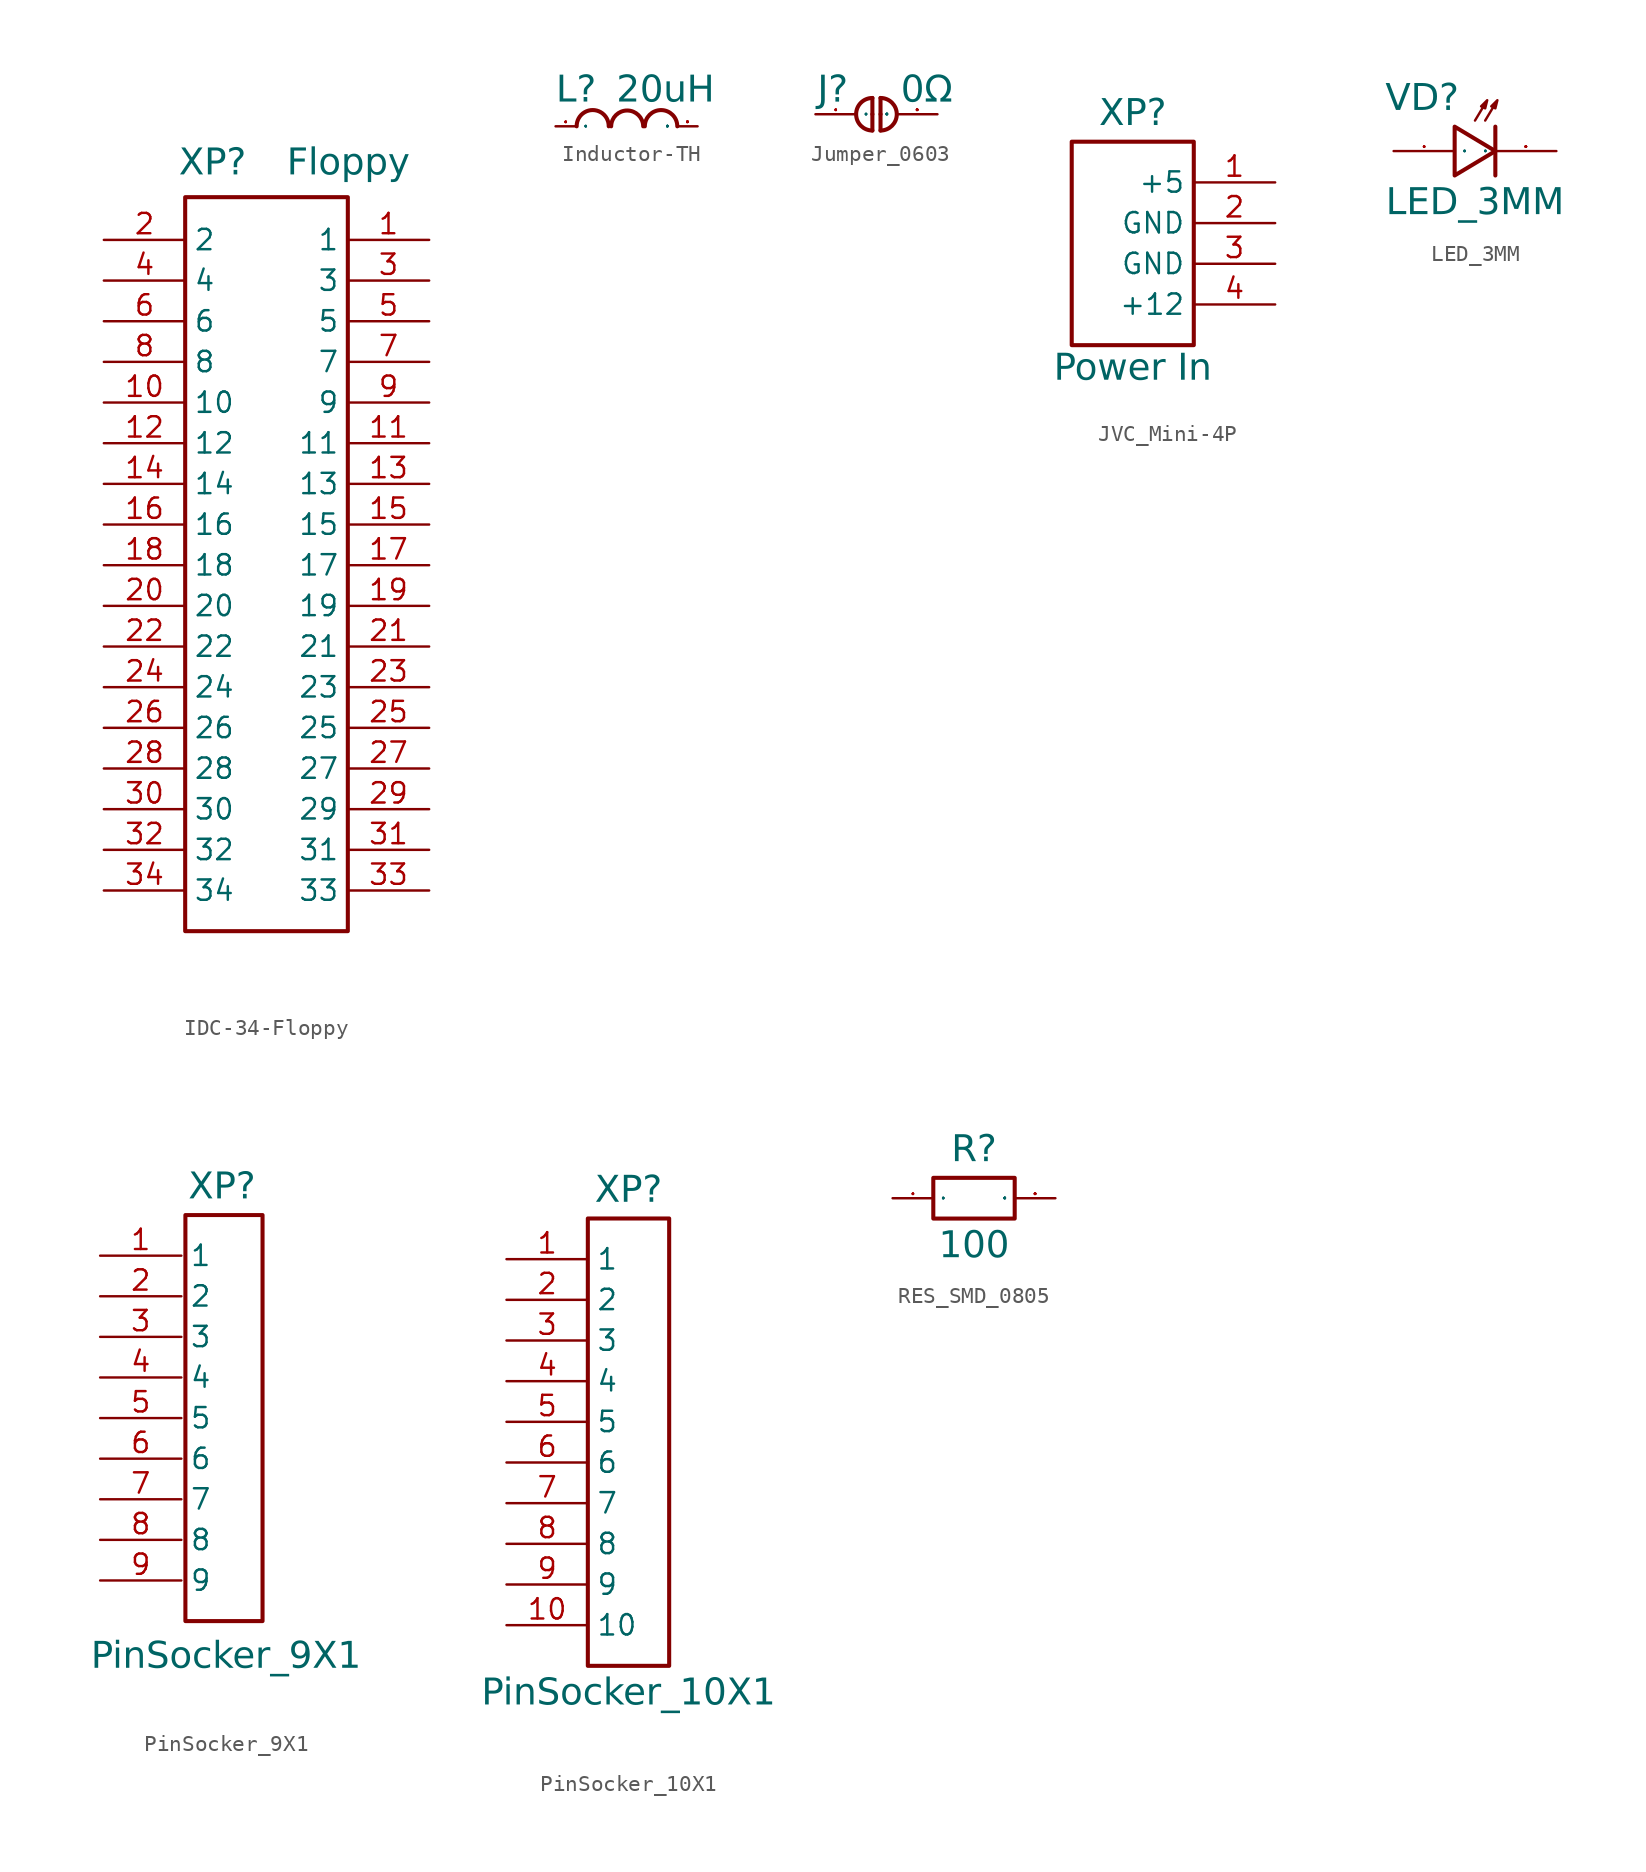
<source format=kicad_sym>
(kicad_symbol_lib
  (version 20241209)
  (generator "kicad_symbol_editor")
  (generator_version "9.0")
  (symbol "IDC-34-Floppy"
    (property "Reference" "XP"
      (at -1.27 24.13 0)
      (do_not_autoplace)
      (effects (font (face "Input Sans Condensed") (size 1.651 1.651)) (justify right bottom)))
    (property "Value" "Floppy"
      (at 1.27 24.13 0)
      (do_not_autoplace)
      (effects (font (face "Input Sans Condensed") (size 1.651 1.651)) (justify left bottom)))
    (symbol "IDC-34-Floppy_0_0"
      (rectangle (start -5.08 22.987) (end 5.08 -22.86) (stroke (width 0.254) (type solid)) (fill (type none)))
      (pin passive line (at -10.16 20.32 0) (length 5.08) (name "2" (effects (font (size 1.27 1.27)))) (number "2" (effects (font (size 1.27 1.27)))))
      (pin passive line (at -10.16 17.78 0) (length 5.08) (name "4" (effects (font (size 1.27 1.27)))) (number "4" (effects (font (size 1.27 1.27)))))
      (pin passive line (at -10.16 15.24 0) (length 5.08) (name "6" (effects (font (size 1.27 1.27)))) (number "6" (effects (font (size 1.27 1.27)))))
      (pin passive line (at -10.16 12.7 0) (length 5.08) (name "8" (effects (font (size 1.27 1.27)))) (number "8" (effects (font (size 1.27 1.27)))))
      (pin passive line (at -10.16 10.16 0) (length 5.08) (name "10" (effects (font (size 1.27 1.27)))) (number "10" (effects (font (size 1.27 1.27)))))
      (pin passive line (at -10.16 7.62 0) (length 5.08) (name "12" (effects (font (size 1.27 1.27)))) (number "12" (effects (font (size 1.27 1.27)))))
      (pin passive line (at -10.16 5.08 0) (length 5.08) (name "14" (effects (font (size 1.27 1.27)))) (number "14" (effects (font (size 1.27 1.27)))))
      (pin passive line (at -10.16 2.54 0) (length 5.08) (name "16" (effects (font (size 1.27 1.27)))) (number "16" (effects (font (size 1.27 1.27)))))
      (pin passive line (at -10.16 0 0) (length 5.08) (name "18" (effects (font (size 1.27 1.27)))) (number "18" (effects (font (size 1.27 1.27)))))
      (pin passive line (at -10.16 -2.54 0) (length 5.08) (name "20" (effects (font (size 1.27 1.27)))) (number "20" (effects (font (size 1.27 1.27)))))
      (pin passive line (at -10.16 -5.08 0) (length 5.08) (name "22" (effects (font (size 1.27 1.27)))) (number "22" (effects (font (size 1.27 1.27)))))
      (pin passive line (at -10.16 -7.62 0) (length 5.08) (name "24" (effects (font (size 1.27 1.27)))) (number "24" (effects (font (size 1.27 1.27)))))
      (pin passive line (at -10.16 -10.16 0) (length 5.08) (name "26" (effects (font (size 1.27 1.27)))) (number "26" (effects (font (size 1.27 1.27)))))
      (pin passive line (at -10.16 -12.7 0) (length 5.08) (name "28" (effects (font (size 1.27 1.27)))) (number "28" (effects (font (size 1.27 1.27)))))
      (pin passive line (at -10.16 -15.24 0) (length 5.08) (name "30" (effects (font (size 1.27 1.27)))) (number "30" (effects (font (size 1.27 1.27)))))
      (pin passive line (at -10.16 -17.78 0) (length 5.08) (name "32" (effects (font (size 1.27 1.27)))) (number "32" (effects (font (size 1.27 1.27)))))
      (pin passive line (at -10.16 -20.32 0) (length 5.08) (name "34" (effects (font (size 1.27 1.27)))) (number "34" (effects (font (size 1.27 1.27)))))
      (pin passive line (at 10.16 20.32 180) (length 5.08) (name "1" (effects (font (size 1.27 1.27)))) (number "1" (effects (font (size 1.27 1.27)))))
      (pin passive line (at 10.16 17.78 180) (length 5.08) (name "3" (effects (font (size 1.27 1.27)))) (number "3" (effects (font (size 1.27 1.27)))))
      (pin passive line (at 10.16 15.24 180) (length 5.08) (name "5" (effects (font (size 1.27 1.27)))) (number "5" (effects (font (size 1.27 1.27)))))
      (pin passive line (at 10.16 12.7 180) (length 5.08) (name "7" (effects (font (size 1.27 1.27)))) (number "7" (effects (font (size 1.27 1.27)))))
      (pin passive line (at 10.16 10.16 180) (length 5.08) (name "9" (effects (font (size 1.27 1.27)))) (number "9" (effects (font (size 1.27 1.27)))))
      (pin passive line (at 10.16 7.62 180) (length 5.08) (name "11" (effects (font (size 1.27 1.27)))) (number "11" (effects (font (size 1.27 1.27)))))
      (pin passive line (at 10.16 5.08 180) (length 5.08) (name "13" (effects (font (size 1.27 1.27)))) (number "13" (effects (font (size 1.27 1.27)))))
      (pin passive line (at 10.16 2.54 180) (length 5.08) (name "15" (effects (font (size 1.27 1.27)))) (number "15" (effects (font (size 1.27 1.27)))))
      (pin passive line (at 10.16 0 180) (length 5.08) (name "17" (effects (font (size 1.27 1.27)))) (number "17" (effects (font (size 1.27 1.27)))))
      (pin passive line (at 10.16 -2.54 180) (length 5.08) (name "19" (effects (font (size 1.27 1.27)))) (number "19" (effects (font (size 1.27 1.27)))))
      (pin passive line (at 10.16 -5.08 180) (length 5.08) (name "21" (effects (font (size 1.27 1.27)))) (number "21" (effects (font (size 1.27 1.27)))))
      (pin passive line (at 10.16 -7.62 180) (length 5.08) (name "23" (effects (font (size 1.27 1.27)))) (number "23" (effects (font (size 1.27 1.27)))))
      (pin passive line (at 10.16 -10.16 180) (length 5.08) (name "25" (effects (font (size 1.27 1.27)))) (number "25" (effects (font (size 1.27 1.27)))))
      (pin passive line (at 10.16 -12.7 180) (length 5.08) (name "27" (effects (font (size 1.27 1.27)))) (number "27" (effects (font (size 1.27 1.27)))))
      (pin passive line (at 10.16 -15.24 180) (length 5.08) (name "29" (effects (font (size 1.27 1.27)))) (number "29" (effects (font (size 1.27 1.27)))))
      (pin passive line (at 10.16 -17.78 180) (length 5.08) (name "31" (effects (font (size 1.27 1.27)))) (number "31" (effects (font (size 1.27 1.27)))))
      (pin passive line (at 10.16 -20.32 180) (length 5.08) (name "33" (effects (font (size 1.27 1.27)))) (number "33" (effects (font (size 1.27 1.27)))))))
  (symbol "Inductor-TH"
    (property "Reference" "L"
      (at 2.54 1.27 0)
      (do_not_autoplace)
      (effects (font (face "Input Sans Condensed") (size 1.651 1.651)) (justify right bottom)))
    (property "Value" "20uH"
      (at 3.81 1.27 0)
      (do_not_autoplace)
      (effects (font (face "Input Sans Condensed") (size 1.651 1.651)) (justify left bottom)))
    (symbol "Inductor-TH_0_0"
      (arc (start 1.3208 0) (mid 2.3368 1.016) (end 3.3274 0) (stroke (width 0.254) (type solid)) (fill (type none)))
      (arc (start 3.4798 0) (mid 4.4704 0.9906) (end 5.4864 0) (stroke (width 0.254) (type solid)) (fill (type none)))
      (arc (start 5.588 0) (mid 6.604 1.016) (end 7.62 0) (stroke (width 0.254) (type solid)) (fill (type none))))
    (symbol "Inductor-TH_1_0"
      (pin passive line (at 0 0 0) (length 1.27) (name "1" (effects (font (size 0.025 0.025)))) (number "1" (effects (font (size 0.025 0.025)))))
      (pin passive line (at 8.89 0 180) (length 1.27) (name "2" (effects (font (size 0.025 0.025)))) (number "2" (effects (font (size 0.025 0.025)))))))
  (symbol "Jumper_0603"
    (property "Reference" "J"
      (at 2.032 0.508 0)
      (do_not_autoplace)
      (effects (font (face "Input Sans Condensed") (size 1.651 1.651)) (justify right bottom)))
    (property "Value" "0Ω"
      (at 5.334 0.508 0)
      (do_not_autoplace)
      (effects (font (face "Input Sans Condensed") (size 1.651 1.651)) (justify left bottom)))
    (symbol "Jumper_0603_0_0"
      (polyline (pts (xy 3.556 1.016) (xy 3.556 0)) (stroke (width 0.254) (type solid)) (fill (type none)))
      (polyline (pts (xy 3.556 0) (xy 3.556 -1.016)) (stroke (width 0.254) (type solid)) (fill (type none)))
      (arc (start 3.556 -1.016) (mid 2.54 0) (end 3.556 1.016) (stroke (width 0.254) (type solid)) (fill (type none)))
      (polyline (pts (xy 4.064 0) (xy 4.064 1.016)) (stroke (width 0.254) (type solid)) (fill (type none)))
      (arc (start 4.064 1.016) (mid 5.08 0) (end 4.064 -1.016) (stroke (width 0.254) (type solid)) (fill (type none)))
      (polyline (pts (xy 4.064 -1.016) (xy 4.064 0)) (stroke (width 0.254) (type solid)) (fill (type none))))
    (symbol "Jumper_0603_1_0"
      (pin passive line (at 0 0 0) (length 2.54) (name "1" (effects (font (size 0.025 0.025)))) (number "1" (effects (font (size 0.025 0.025)))))
      (pin passive line (at 7.62 0 180) (length 2.54) (name "2" (effects (font (size 0.025 0.025)))) (number "2" (effects (font (size 0.025 0.025)))))))
  (symbol "JVC_Mini-4P"
    (property "Reference" "XP"
      (at -8.89 3.302 0)
      (do_not_autoplace)
      (effects (font (face "Input Sans Condensed") (size 1.651 1.651)) (justify bottom)))
    (property "Value" "Power In"
      (at -8.89 -10.668 0)
      (do_not_autoplace)
      (effects (font (face "Input Sans Condensed") (size 1.651 1.651)) (justify top)))
    (symbol "JVC_Mini-4P_0_0"
      (rectangle (start -12.7 2.54) (end -5.08 -10.16) (stroke (width 0.254) (type solid)) (fill (type none))))
    (symbol "JVC_Mini-4P_1_0"
      (pin power_out line (at 0 -5.08 180) (length 5.08) (name "GND" (effects (font (size 1.27 1.27)))) (number "3" (effects (font (size 1.27 1.27)))))
      (pin power_out line (at 0 -7.62 180) (length 5.08) (name "+12" (effects (font (size 1.27 1.27)))) (number "4" (effects (font (size 1.27 1.27))))))
    (symbol "JVC_Mini-4P_1_1"
      (pin power_out line (at 0 0 180) (length 5.08) (name "+5" (effects (font (size 1.27 1.27)))) (number "1" (effects (font (size 1.27 1.27)))))
      (pin power_in line (at 0 -2.54 180) (length 5.08) (name "GND" (effects (font (size 1.27 1.27)))) (number "2" (effects (font (size 1.27 1.27)))))))
  (symbol "LED_3MM"
    (property "Reference" "VD"
      (at -3.302 2.286 0)
      (do_not_autoplace)
      (effects (font (face "Input Sans Condensed") (size 1.651 1.651)) (justify bottom)))
    (property "Value" "LED_3MM"
      (at 0 -2.286 0)
      (do_not_autoplace)
      (effects (font (face "Input Sans Condensed") (size 1.651 1.651)) (justify top)))
    (symbol "LED_3MM_0_0"
      (polyline (pts (xy -1.27 -1.524) (xy 1.27 0) (xy -1.27 1.524) (xy -1.27 -1.524)) (stroke (width 0.254) (type solid)) (fill (type none)))
      (polyline (pts (xy 1.27 1.524) (xy 1.27 -1.524)) (stroke (width 0.254) (type solid)) (fill (type none))))
    (symbol "LED_3MM_0_1"
      (polyline (pts (xy 0 1.905) (xy 0.762 3.175) (xy 0.381 2.794) (xy 0.635 2.667) (xy 0.762 3.175)) (stroke (width 0) (type default)) (fill (type none))))
    (symbol "LED_3MM_1_0"
      (pin passive line (at -5.08 0 0) (length 3.81) (name "A" (effects (font (size 0.025 0.025)))) (number "1" (effects (font (size 0.025 0.025)))))
      (pin passive line (at 5.08 0 180) (length 3.81) (name "K" (effects (font (size 0.025 0.025)))) (number "2" (effects (font (size 0.025 0.025))))))
    (symbol "LED_3MM_1_1"
      (polyline (pts (xy 0.635 1.905) (xy 1.397 3.175) (xy 1.016 2.794) (xy 1.27 2.667) (xy 1.397 3.175)) (stroke (width 0) (type solid)) (fill (type none)))))
  (symbol "PinSocker_9X1"
    (property "Reference" "XP"
      (at 7.62 3.302 0)
      (do_not_autoplace)
      (effects (font (face "Input Sans Condensed") (size 1.651 1.651)) (justify bottom)))
    (property "Value" "PinSocker_9X1"
      (at 7.874 -24.13 0)
      (do_not_autoplace)
      (effects (font (face "Input Sans Condensed") (size 1.651 1.651)) (justify top)))
    (symbol "PinSocker_9X1_0_0"
      (rectangle (start 5.334 2.54) (end 10.16 -22.86) (stroke (width 0.254) (type solid)) (fill (type none))))
    (symbol "PinSocker_9X1_1_0"
      (pin passive line (at 0 0 0) (length 5.08) (name "1" (effects (font (size 1.27 1.27)))) (number "1" (effects (font (size 1.27 1.27)))))
      (pin passive line (at 0 -2.54 0) (length 5.08) (name "2" (effects (font (size 1.27 1.27)))) (number "2" (effects (font (size 1.27 1.27)))))
      (pin passive line (at 0 -5.08 0) (length 5.08) (name "3" (effects (font (size 1.27 1.27)))) (number "3" (effects (font (size 1.27 1.27)))))
      (pin passive line (at 0 -7.62 0) (length 5.08) (name "4" (effects (font (size 1.27 1.27)))) (number "4" (effects (font (size 1.27 1.27)))))
      (pin passive line (at 0 -10.16 0) (length 5.08) (name "5" (effects (font (size 1.27 1.27)))) (number "5" (effects (font (size 1.27 1.27)))))
      (pin passive line (at 0 -12.7 0) (length 5.08) (name "6" (effects (font (size 1.27 1.27)))) (number "6" (effects (font (size 1.27 1.27)))))
      (pin passive line (at 0 -15.24 0) (length 5.08) (name "7" (effects (font (size 1.27 1.27)))) (number "7" (effects (font (size 1.27 1.27)))))
      (pin passive line (at 0 -17.78 0) (length 5.08) (name "8" (effects (font (size 1.27 1.27)))) (number "8" (effects (font (size 1.27 1.27)))))
      (pin passive line (at 0 -20.32 0) (length 5.08) (name "9" (effects (font (size 1.27 1.27)))) (number "9" (effects (font (size 1.27 1.27)))))))
  (symbol "PinSocker_10X1"
    (property "Reference" "XP"
      (at 7.62 3.302 0)
      (do_not_autoplace)
      (effects (font (face "Input Sans Condensed") (size 1.651 1.651)) (justify bottom)))
    (property "Value" "PinSocker_10X1"
      (at 7.62 -26.162 0)
      (do_not_autoplace)
      (effects (font (face "Input Sans Condensed") (size 1.651 1.651)) (justify top)))
    (symbol "PinSocker_10X1_0_0"
      (rectangle (start 5.08 2.54) (end 10.16 -25.4) (stroke (width 0.254) (type solid)) (fill (type none))))
    (symbol "PinSocker_10X1_1_0"
      (pin passive line (at 0 0 0) (length 5.08) (name "1" (effects (font (size 1.27 1.27)))) (number "1" (effects (font (size 1.27 1.27)))))
      (pin passive line (at 0 -2.54 0) (length 5.08) (name "2" (effects (font (size 1.27 1.27)))) (number "2" (effects (font (size 1.27 1.27)))))
      (pin passive line (at 0 -5.08 0) (length 5.08) (name "3" (effects (font (size 1.27 1.27)))) (number "3" (effects (font (size 1.27 1.27)))))
      (pin passive line (at 0 -7.62 0) (length 5.08) (name "4" (effects (font (size 1.27 1.27)))) (number "4" (effects (font (size 1.27 1.27)))))
      (pin passive line (at 0 -10.16 0) (length 5.08) (name "5" (effects (font (size 1.27 1.27)))) (number "5" (effects (font (size 1.27 1.27)))))
      (pin passive line (at 0 -12.7 0) (length 5.08) (name "6" (effects (font (size 1.27 1.27)))) (number "6" (effects (font (size 1.27 1.27)))))
      (pin passive line (at 0 -15.24 0) (length 5.08) (name "7" (effects (font (size 1.27 1.27)))) (number "7" (effects (font (size 1.27 1.27)))))
      (pin passive line (at 0 -17.78 0) (length 5.08) (name "8" (effects (font (size 1.27 1.27)))) (number "8" (effects (font (size 1.27 1.27)))))
      (pin passive line (at 0 -20.32 0) (length 5.08) (name "9" (effects (font (size 1.27 1.27)))) (number "9" (effects (font (size 1.27 1.27)))))
      (pin passive line (at 0 -22.86 0) (length 5.08) (name "10" (effects (font (size 1.27 1.27)))) (number "10" (effects (font (size 1.27 1.27)))))))
  (symbol "RES_SMD_0805"
    (property "Reference" "R"
      (at 0 2.032 0)
      (do_not_autoplace)
      (effects (font (face "Input Sans Condensed") (size 1.651 1.651)) (justify bottom)))
    (property "Value" "100"
      (at 0 -2.032 0)
      (do_not_autoplace)
      (effects (font (face "Input Sans Condensed") (size 1.651 1.651)) (justify top)))
    (symbol "RES_SMD_0805_0_0"
      (rectangle (start -2.54 1.27) (end 2.54 -1.27) (stroke (width 0.254) (type solid)) (fill (type none))))
    (symbol "RES_SMD_0805_1_0"
      (pin passive line (at -5.08 0 0) (length 2.54) (name "1" (effects (font (size 0.025 0.025)))) (number "1" (effects (font (size 0.025 0.025)))))
      (pin passive line (at 5.08 0 180) (length 2.54) (name "2" (effects (font (size 0.025 0.025)))) (number "2" (effects (font (size 0.025 0.025))))))))
</source>
